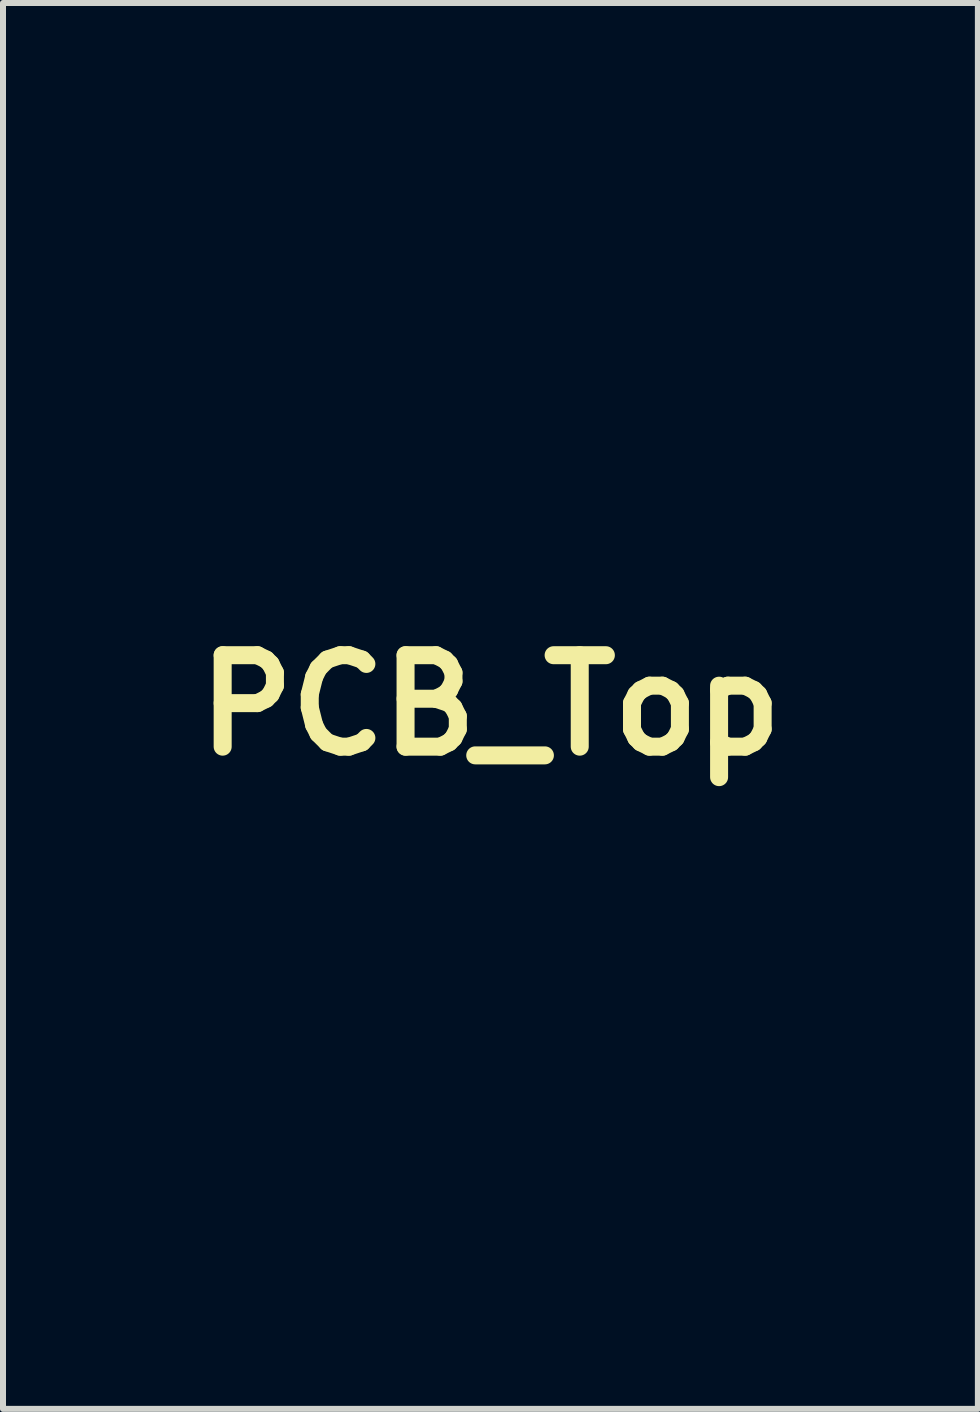
<source format=kicad_pcb>
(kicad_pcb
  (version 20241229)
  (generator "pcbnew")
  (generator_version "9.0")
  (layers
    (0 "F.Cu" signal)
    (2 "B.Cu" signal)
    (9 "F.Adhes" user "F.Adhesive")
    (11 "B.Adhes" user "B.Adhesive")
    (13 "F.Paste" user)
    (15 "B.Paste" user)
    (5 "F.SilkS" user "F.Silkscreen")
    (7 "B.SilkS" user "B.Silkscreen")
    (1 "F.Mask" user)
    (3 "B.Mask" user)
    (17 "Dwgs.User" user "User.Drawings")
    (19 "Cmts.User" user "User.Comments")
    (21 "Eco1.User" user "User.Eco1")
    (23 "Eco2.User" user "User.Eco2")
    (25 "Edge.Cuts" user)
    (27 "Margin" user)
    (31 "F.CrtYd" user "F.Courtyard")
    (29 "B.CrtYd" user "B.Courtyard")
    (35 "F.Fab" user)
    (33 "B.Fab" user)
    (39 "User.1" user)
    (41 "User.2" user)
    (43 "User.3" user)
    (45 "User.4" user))
  (footprint "PCB_Top"
    (layer "F.Cu")
    (at 5.124 8.704)
    (property "Reference" "PCB_Top" (at 0 0 0) (layer "F.SilkS") (effects (font (size 1.524 1.524) (thickness 0.3))))
    (attr through_hole)
    (fp_poly (pts (xy 4.083 1.507) (xy 3.987 1.522) (xy 3.865 1.564) (xy 3.757 1.643) (xy 3.672 1.751) (xy 3.616 1.88) (xy 3.602 1.947) (xy 3.606 2.073) (xy 3.648 2.196) (xy 3.721 2.307) (xy 3.817 2.397) (xy 3.929 2.458) (xy 4.05 2.482) (xy 4.054 2.482) (xy 4.058 2.49) (xy 4.062 2.517) (xy 4.065 2.563) (xy 4.068 2.632) (xy 4.071 2.724) (xy 4.073 2.843) (xy 4.075 2.989) (xy 4.077 3.165) (xy 4.079 3.373) (xy 4.08 3.615) (xy 4.081 3.892) (xy 4.082 4.208) (xy 4.082 4.562) (xy 4.082 4.959) (xy 4.083 5.399) (xy 4.083 5.602) (xy 4.083 8.722) (xy 3.375 8.722) (xy 3.176 8.722) (xy 3.018 8.721) (xy 2.896 8.72) (xy 2.807 8.718) (xy 2.744 8.714) (xy 2.704 8.709) (xy 2.681 8.702) (xy 2.671 8.693) (xy 2.668 8.68) (xy 2.668 8.675) (xy 2.649 8.626) (xy 2.602 8.597) (xy 2.542 8.588) (xy 2.481 8.6) (xy 2.436 8.634) (xy 2.422 8.664) (xy 2.407 8.722) (xy 1.273 8.722) (xy 1.012 8.722) (xy 0.793 8.721) (xy 0.613 8.72) (xy 0.468 8.719) (xy 0.356 8.716) (xy 0.271 8.713) (xy 0.211 8.709) (xy 0.171 8.704) (xy 0.149 8.698) (xy 0.14 8.691) (xy 0.139 8.688) (xy 0.121 8.651) (xy 0.081 8.615) (xy 0.008 8.59) (xy -0.062 8.603) (xy -0.114 8.651) (xy -0.12 8.664) (xy -0.147 8.722) (xy -2.39 8.722) (xy -2.412 8.664) (xy -2.452 8.615) (xy -2.515 8.588) (xy -2.579 8.591) (xy -2.596 8.599) (xy -2.635 8.638) (xy -2.656 8.672) (xy -2.663 8.686) (xy -2.675 8.697) (xy -2.695 8.706) (xy -2.729 8.712) (xy -2.782 8.717) (xy -2.86 8.719) (xy -2.967 8.721) (xy -3.108 8.722) (xy -3.288 8.722) (xy -3.369 8.722) (xy -4.059 8.722) (xy -4.059 5.439) (xy -4.007 5.416) (xy -3.972 5.39) (xy -3.957 5.343) (xy -3.955 5.3) (xy -3.961 5.235) (xy -3.983 5.198) (xy -4.007 5.185) (xy -4.059 5.162) (xy -4.059 -6.1) (xy -3.084 -6.1) (xy -3.067 -6.047) (xy -3.057 -6.036) (xy -3.005 -6.009) (xy -2.952 -6.022) (xy -2.924 -6.053) (xy -2.913 -6.101) (xy -2.571 -6.101) (xy -2.562 -6.044) (xy -2.522 -6.014) (xy -2.458 -6.019) (xy -2.449 -6.022) (xy -2.419 -6.054) (xy -2.416 -6.088) (xy -0.58 -6.088) (xy -0.563 -6.034) (xy -0.516 -6.011) (xy -0.454 -6.022) (xy -0.424 -6.055) (xy -0.418 -6.1) (xy 2.414 -6.1) (xy 2.43 -6.047) (xy 2.44 -6.036) (xy 2.493 -6.009) (xy 2.546 -6.022) (xy 2.574 -6.053) (xy 2.584 -6.101) (xy 2.923 -6.101) (xy 2.938 -6.038) (xy 2.982 -6.011) (xy 3.048 -6.022) (xy 3.078 -6.054) (xy 3.083 -6.106) (xy 3.064 -6.156) (xy 3.051 -6.169) (xy 2.999 -6.189) (xy 2.952 -6.171) (xy 2.925 -6.123) (xy 2.923 -6.101) (xy 2.584 -6.101) (xy 2.587 -6.115) (xy 2.56 -6.164) (xy 2.525 -6.183) (xy 2.469 -6.182) (xy 2.429 -6.149) (xy 2.414 -6.1) (xy -0.418 -6.1) (xy -0.417 -6.106) (xy -0.433 -6.155) (xy -0.465 -6.182) (xy -0.524 -6.181) (xy -0.566 -6.143) (xy -0.58 -6.088) (xy -2.416 -6.088) (xy -2.415 -6.106) (xy -2.435 -6.157) (xy -2.449 -6.172) (xy -2.497 -6.188) (xy -2.541 -6.165) (xy -2.569 -6.113) (xy -2.571 -6.101) (xy -2.913 -6.101) (xy -2.91 -6.115) (xy -2.938 -6.164) (xy -2.972 -6.183) (xy -3.028 -6.182) (xy -3.068 -6.149) (xy -3.084 -6.1) (xy -4.059 -6.1) (xy -4.059 -8.699) (xy 4.083 -8.699) (xy 4.083 1.507)) (stroke (width 0.01) (type solid)) (fill no) (layer "Eco1.User")))
  (gr_rect
    (start -3 -3)
    (end 13.247 20.43)
    (stroke (width 0.1) (type default))
    (fill no)
    (layer "Edge.Cuts")))
</source>
